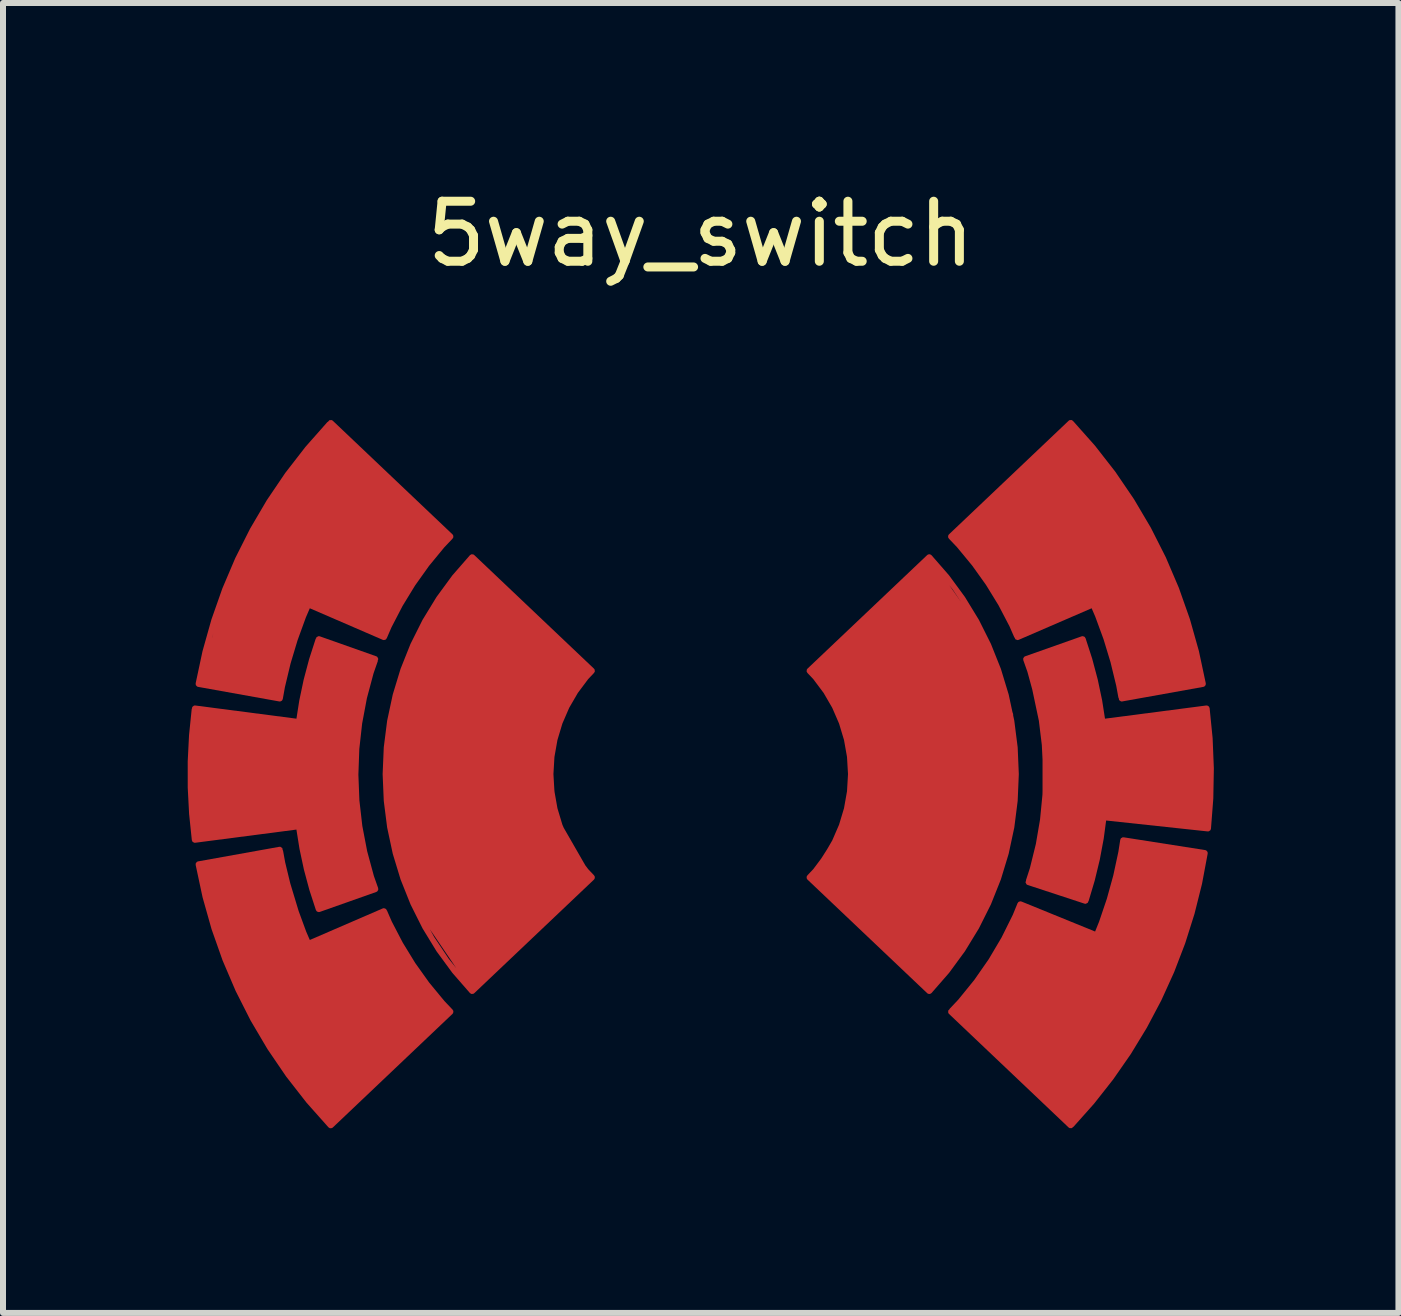
<source format=kicad_pcb>
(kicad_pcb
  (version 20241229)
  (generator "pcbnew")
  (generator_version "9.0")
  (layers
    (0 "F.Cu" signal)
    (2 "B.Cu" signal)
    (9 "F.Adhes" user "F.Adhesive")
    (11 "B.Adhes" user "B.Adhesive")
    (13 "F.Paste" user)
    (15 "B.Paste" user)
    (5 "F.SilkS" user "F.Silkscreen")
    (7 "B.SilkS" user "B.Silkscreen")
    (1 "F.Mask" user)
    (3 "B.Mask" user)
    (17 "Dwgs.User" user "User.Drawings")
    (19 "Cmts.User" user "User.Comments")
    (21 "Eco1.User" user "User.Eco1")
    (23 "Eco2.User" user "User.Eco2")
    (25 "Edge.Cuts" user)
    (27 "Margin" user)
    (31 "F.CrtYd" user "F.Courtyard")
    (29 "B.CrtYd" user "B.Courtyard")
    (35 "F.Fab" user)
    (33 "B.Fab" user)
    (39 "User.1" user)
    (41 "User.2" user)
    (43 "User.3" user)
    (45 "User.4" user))
  (footprint "5way_switch"
    (layer "F.Cu")
    (at 8.625 9.848)
    (property "Reference" "5way_switch" (at 0 -9 0) (unlocked yes) (layer "F.SilkS") (effects (font (size 1 1) (thickness 0.15))))
    (attr smd)
    (fp_line (start -8.429 1.094) (end -6.694 0.868) (stroke (width 0.25) (type solid)) (layer "F.Mask"))
    (fp_line (start -8.366 -1.503) (end -7.013 -1.26) (stroke (width 0.25) (type solid)) (layer "F.Mask"))
    (fp_line (start -7.013 1.26) (end -8.366 1.503) (stroke (width 0.25) (type solid)) (layer "F.Mask"))
    (fp_line (start -6.694 -0.868) (end -8.429 -1.094) (stroke (width 0.25) (type solid)) (layer "F.Mask"))
    (fp_line (start -6.539 -2.829) (end -5.277 -2.283) (stroke (width 0.25) (type solid)) (layer "F.Mask"))
    (fp_line (start -6.364 2.249) (end -5.422 1.916) (stroke (width 0.25) (type solid)) (layer "F.Mask"))
    (fp_line (start -6.165 5.852) (end -4.17 3.958) (stroke (width 0.25) (type solid)) (layer "F.Mask"))
    (fp_line (start -5.422 -1.916) (end -6.364 -2.249) (stroke (width 0.25) (type solid)) (layer "F.Mask"))
    (fp_line (start -5.277 2.283) (end -6.539 2.829) (stroke (width 0.25) (type solid)) (layer "F.Mask"))
    (fp_line (start -4.17 -3.958) (end -6.165 -5.852) (stroke (width 0.25) (type solid)) (layer "F.Mask"))
    (fp_line (start -3.808 3.614) (end -1.813 1.721) (stroke (width 0.25) (type solid)) (layer "F.Mask"))
    (fp_line (start -1.813 -1.721) (end -3.808 -3.614) (stroke (width 0.25) (type solid)) (layer "F.Mask"))
    (fp_line (start 1.813 1.721) (end 3.808 3.614) (stroke (width 0.25) (type solid)) (layer "F.Mask"))
    (fp_line (start 3.808 -3.614) (end 1.813 -1.721) (stroke (width 0.25) (type solid)) (layer "F.Mask"))
    (fp_line (start 4.17 3.958) (end 6.165 5.852) (stroke (width 0.25) (type solid)) (layer "F.Mask"))
    (fp_line (start 5.277 -2.283) (end 6.539 -2.829) (stroke (width 0.25) (type solid)) (layer "F.Mask"))
    (fp_line (start 5.461 1.799) (end 6.411 2.111) (stroke (width 0.25) (type solid)) (layer "F.Mask"))
    (fp_line (start 6.165 -5.852) (end 4.17 -3.958) (stroke (width 0.25) (type solid)) (layer "F.Mask"))
    (fp_line (start 6.364 -2.249) (end 5.422 -1.916) (stroke (width 0.25) (type solid)) (layer "F.Mask"))
    (fp_line (start 6.599 2.688) (end 5.325 2.169) (stroke (width 0.25) (type solid)) (layer "F.Mask"))
    (fp_line (start 6.712 0.718) (end 8.452 0.905) (stroke (width 0.25) (type solid)) (layer "F.Mask"))
    (fp_line (start 7.013 -1.26) (end 8.366 -1.503) (stroke (width 0.25) (type solid)) (layer "F.Mask"))
    (fp_line (start 8.398 1.315) (end 7.039 1.102) (stroke (width 0.25) (type solid)) (layer "F.Mask"))
    (fp_line (start 8.429 -1.094) (end 6.694 -0.868) (stroke (width 0.25) (type solid)) (layer "F.Mask"))
    (fp_arc (start -8.429351 1.093636) (mid -8.5 0.000001) (end -8.429351 -1.093635) (stroke (width 0.25) (type solid)) (layer "F.Mask"))
    (fp_arc (start -8.366089 -1.502852) (mid -7.583968 -3.838417) (end -6.165048 -5.851683) (stroke (width 0.25) (type solid)) (layer "F.Mask"))
    (fp_arc (start -7.012751 -1.259743) (mid -6.821343 -2.057888) (end -6.539415 -2.828724) (stroke (width 0.25) (type solid)) (layer "F.Mask"))
    (fp_arc (start -6.693897 -0.868475) (mid -6.565521 -1.567302) (end -6.364398 -2.248763) (stroke (width 0.25) (type solid)) (layer "F.Mask"))
    (fp_arc (start -6.539415 2.828725) (mid -6.821343 2.057889) (end -7.012751 1.259744) (stroke (width 0.25) (type solid)) (layer "F.Mask"))
    (fp_arc (start -6.364398 2.248764) (mid -6.565521 1.567303) (end -6.693897 0.868475) (stroke (width 0.25) (type solid)) (layer "F.Mask"))
    (fp_arc (start -6.165048 5.851683) (mid -7.583968 3.838417) (end -8.366089 1.502852) (stroke (width 0.25) (type solid)) (layer "F.Mask"))
    (fp_arc (start -5.421525 1.915614) (mid -5.75 0.000001) (end -5.421525 -1.915613) (stroke (width 0.25) (type solid)) (layer "F.Mask"))
    (fp_arc (start -5.277422 -2.28283) (mid -4.797671 -3.169362) (end -4.170473 -3.958491) (stroke (width 0.25) (type solid)) (layer "F.Mask"))
    (fp_arc (start -4.170473 3.958491) (mid -4.797671 3.169363) (end -5.277422 2.282831) (stroke (width 0.25) (type solid)) (layer "F.Mask"))
    (fp_arc (start -3.807824 3.614275) (mid -5.25 0.000001) (end -3.807824 -3.614274) (stroke (width 0.25) (type solid)) (layer "F.Mask"))
    (fp_arc (start -1.813249 1.721083) (mid -2.5 0) (end -1.813249 -1.721083) (stroke (width 0.25) (type solid)) (layer "F.Mask"))
    (fp_arc (start 1.813249 -1.721083) (mid 2.5 0) (end 1.813249 1.721083) (stroke (width 0.25) (type solid)) (layer "F.Mask"))
    (fp_arc (start 3.807823 -3.614274) (mid 5.25 0) (end 3.807823 3.614275) (stroke (width 0.25) (type solid)) (layer "F.Mask"))
    (fp_arc (start 4.170473 -3.958491) (mid 4.79767 -3.169362) (end 5.277422 -2.28283) (stroke (width 0.25) (type solid)) (layer "F.Mask"))
    (fp_arc (start 5.325263 2.168886) (mid 4.831452 3.117623) (end 4.170473 3.958491) (stroke (width 0.25) (type solid)) (layer "F.Mask"))
    (fp_arc (start 5.421524 -1.915613) (mid 5.749668 -0.06179) (end 5.46144 1.798657) (stroke (width 0.25) (type solid)) (layer "F.Mask"))
    (fp_arc (start 6.165047 -5.851683) (mid 7.583967 -3.838416) (end 8.366088 -1.502852) (stroke (width 0.25) (type solid)) (layer "F.Mask"))
    (fp_arc (start 6.364398 -2.248763) (mid 6.565521 -1.567302) (end 6.693896 -0.868475) (stroke (width 0.25) (type solid)) (layer "F.Mask"))
    (fp_arc (start 6.539414 -2.828724) (mid 6.821343 -2.057888) (end 7.01275 -1.259743) (stroke (width 0.25) (type solid)) (layer "F.Mask"))
    (fp_arc (start 6.711667 0.71835) (mid 6.598331 1.422859) (end 6.411256 2.111467) (stroke (width 0.25) (type solid)) (layer "F.Mask"))
    (fp_arc (start 7.039203 1.102379) (mid 6.864856 1.907713) (end 6.598696 2.687533) (stroke (width 0.25) (type solid)) (layer "F.Mask"))
    (fp_arc (start 8.397646 1.315119) (mid 7.626474 3.75325) (end 6.165047 5.851683) (stroke (width 0.25) (type solid)) (layer "F.Mask"))
    (fp_arc (start 8.429351 -1.093635) (mid 8.499467 -0.095183) (end 8.451729 0.904589) (stroke (width 0.25) (type solid)) (layer "F.Mask"))
    (fp_poly (pts (xy -6.6 2.829) (xy -5.277 2.283) (xy -4.798 3.169) (xy -4.17 3.958) (xy -6.165 5.852) (xy -7 4.9) (xy -7.7 3.5) (xy -8.366 1.503) (xy -7.013 1.26)) (stroke (width 0.01) (type solid)) (fill yes) (layer "F.Mask"))
    (fp_poly (pts (xy -4.17 -3.958) (xy -4.798 -3.169) (xy -5.277 -2.283) (xy -6.539 -2.829) (xy -7.013 -1.26) (xy -8.366 -1.503) (xy -8 -2.8) (xy -7.3 -4.4) (xy -6.2 -5.8)) (stroke (width 0.01) (type solid)) (fill yes) (layer "F.Mask"))
    (fp_poly (pts (xy 8.398 1.315) (xy 8 2.9) (xy 7.4 4.1) (xy 6.9 5) (xy 6.165 5.852) (xy 4.17 3.958) (xy 4.9 3) (xy 5.325 2.169) (xy 6.599 2.688) (xy 7.039 1.102)) (stroke (width 0.01) (type solid)) (fill yes) (layer "F.Mask"))
    (fp_poly (pts (xy -5.422 -1.916) (xy -5.7 -0.3) (xy -5.6 1.1) (xy -5.422 1.916) (xy -6.364 2.249) (xy -6.694 0.868) (xy -8.429 1.094) (xy -8.5 0) (xy -8.429 -1.094) (xy -6.694 -0.868) (xy -6.364 -2.249)) (stroke (width 0.12) (type solid)) (fill yes) (layer "F.Mask"))
    (fp_poly (pts (xy 7.2 -4.5) (xy 7.8 -3.4) (xy 8.2 -2.2) (xy 8.366 -1.503) (xy 7.013 -1.26) (xy 6.8 -2.2) (xy 6.539 -2.829) (xy 5.3 -2.4) (xy 4.798 -3.3) (xy 4.17 -3.958) (xy 6.165 -5.852)) (stroke (width 0.01) (type solid)) (fill yes) (layer "F.Mask"))
    (fp_poly (pts (xy -1.813 -1.721) (xy -2.4 -0.9) (xy -2.5 0) (xy -2.4 0.8) (xy -1.813 1.721) (xy -3.808 3.614) (xy -4.3 3) (xy -4.8 2) (xy -5.2 0.6) (xy -5.2 -1) (xy -4.7 -2.4) (xy -3.808 -3.614)) (stroke (width 0.01) (type solid)) (fill yes) (layer "F.Mask"))
    (fp_poly (pts (xy 4.3 -3.1) (xy 4.8 -2.2) (xy 5.1 -1.2) (xy 5.25 0) (xy 5.2 0.8) (xy 4.7 2.3) (xy 3.808 3.614) (xy 1.9 1.7) (xy 2.3 1) (xy 2.5 0.3) (xy 2.5 -0.7) (xy 1.813 -1.721) (xy 3.808 -3.614)) (stroke (width 0.01) (type solid)) (fill yes) (layer "F.Mask"))
    (fp_poly (pts (xy 6.566 -1.5) (xy 6.694 -0.868) (xy 8.429 -1.094) (xy 8.499 -0.095) (xy 8.452 0.905) (xy 6.712 0.718) (xy 6.598 1.423) (xy 6.411 2.111) (xy 5.461 1.799) (xy 5.8 0.4) (xy 5.75 -0.7) (xy 5.422 -1.916) (xy 6.364 -2.249)) (stroke (width 0.01) (type solid)) (fill yes) (layer "F.Mask"))
    (pad "1" smd custom (at -6 -3.8) (size 1.524 1.524) (layers "F.Cu") (options (anchor circle)) (primitives (gr_poly (pts (xy -1.143 -0.381) (xy -1.127 -0.49) (xy -1.072 -0.602) (xy -0.984 -0.691) (xy -0.871 -0.746) (xy -0.762 -0.762) (xy 0.762 -0.762) (xy 0.871 -0.746) (xy 0.983 -0.691) (xy 1.072 -0.603) (xy 1.127 -0.49) (xy 1.143 -0.381) (xy 1.143 0.381) (xy 1.127 0.49) (xy 1.072 0.602) (xy 0.984 0.691) (xy 0.871 0.746) (xy 0.762 0.762) (xy -0.762 0.762) (xy -0.871 0.746) (xy -0.983 0.691) (xy -1.072 0.603) (xy -1.127 0.49) (xy -1.143 0.381)) (width 0) (fill yes)) (gr_poly (pts (xy 1.83 -0.158) (xy 1.202 0.631) (xy 0.723 1.517) (xy -0.557 0.966) (xy -1.03 2.535) (xy -2.366 2.297) (xy -1.84 0.53) (xy -1.06 -0.95) (xy -0.165 -2.052)) (width 0.01) (fill yes)) (gr_line (start 1.83 -0.158) (end -0.165 -2.052) (width 0.1)) (gr_line (start -0.539 0.971) (end 0.723 1.517) (width 0.1)) (gr_line (start -2.366 2.297) (end -1.013 2.54) (width 0.1)) (gr_arc (start -1.012751 2.540257) (mid -0.823109 1.748072) (end -0.54434 0.98269) (width 0.1)) (gr_arc (start -2.366089 2.297148) (mid -1.59044 -0.025059) (end -0.185439 -2.030116) (width 0.1)) (gr_arc (start 0.722578 1.51717) (mid 1.202378 0.63068) (end 1.829515 -0.158478) (width 0.1))))
    (pad "2" smd custom (at -6.9 0) (size 1.524 1.524) (layers "F.Cu") (options (anchor circle)) (primitives (gr_poly (pts (xy -1.143 -0.381) (xy -1.127 -0.49) (xy -1.072 -0.602) (xy -0.984 -0.691) (xy -0.871 -0.746) (xy -0.762 -0.762) (xy 0.762 -0.762) (xy 0.871 -0.746) (xy 0.983 -0.691) (xy 1.072 -0.603) (xy 1.127 -0.49) (xy 1.143 -0.381) (xy 1.143 0.381) (xy 1.127 0.49) (xy 1.072 0.602) (xy 0.984 0.691) (xy 0.871 0.746) (xy 0.762 0.762) (xy -0.762 0.762) (xy -0.871 0.746) (xy -0.983 0.691) (xy -1.072 0.603) (xy -1.127 0.49) (xy -1.143 0.381)) (width 0) (fill yes)) (gr_arc (start 1.478475 1.915614) (mid 1.150182 0.01004) (end 1.471822 -1.896668) (width 0.1)) (gr_line (start 0.536 2.249) (end 1.478 1.916) (width 0.1)) (gr_line (start 1.478 -1.916) (end 0.536 -2.249) (width 0.1)) (gr_arc (start 0.535602 2.248764) (mid 0.337119 1.578745) (end 0.209159 0.891761) (width 0.1)) (gr_line (start -1.529 1.094) (end 0.206 0.868) (width 0.1)) (gr_arc (start -1.529351 1.093636) (mid -1.60007 0.00741) (end -1.531247 -1.078937) (width 0.1)) (gr_line (start 0.206 -0.868) (end -1.529 -1.094) (width 0.1)) (gr_arc (start 0.206103 -0.868475) (mid 0.33302 -1.561608) (end 0.531693 -2.237677) (width 0.1)) (gr_poly (pts (xy 1.478 -1.916) (xy 1.2 -0.8) (xy 1.15 0.3) (xy 1.3 1.2) (xy 1.478 1.916) (xy 0.536 2.249) (xy 0.206 0.868) (xy -1.529 1.094) (xy -1.6 0.000001) (xy -1.529 -1.094) (xy 0.206 -0.868) (xy 0.536 -2.249)) (width 0.01) (fill yes))))
    (pad "3" smd custom (at -6.1 3.8) (size 1.524 1.524) (layers "F.Cu") (options (anchor circle)) (primitives (gr_poly (pts (xy -1.143 -0.381) (xy -1.127 -0.49) (xy -1.072 -0.602) (xy -0.984 -0.691) (xy -0.871 -0.746) (xy -0.762 -0.762) (xy 0.762 -0.762) (xy 0.871 -0.746) (xy 0.983 -0.691) (xy 1.072 -0.603) (xy 1.127 -0.49) (xy 1.143 -0.381) (xy 1.143 0.381) (xy 1.127 0.49) (xy 1.072 0.602) (xy 0.984 0.691) (xy 0.871 0.746) (xy 0.762 0.762) (xy -0.762 0.762) (xy -0.871 0.746) (xy -0.983 0.691) (xy -1.072 0.603) (xy -1.127 0.49) (xy -1.143 0.381)) (width 0) (fill yes)) (gr_poly (pts (xy -0.439 -0.971) (xy 0.823 -1.517) (xy 1.302 -0.631) (xy 1.93 0.158) (xy -0.065 2.052) (xy -1.1 0.7) (xy -1.8 -0.7) (xy -2.266 -2.297) (xy -0.913 -2.54)) (width 0.01) (fill yes)) (gr_line (start 0.823 -1.517) (end -0.439 -0.971) (width 0.1)) (gr_line (start -0.065 2.052) (end 1.93 0.158) (width 0.1)) (gr_line (start -0.913 -2.54) (end -2.266 -2.297) (width 0.1)) (gr_arc (start -0.439415 -0.971275) (mid -0.717716 -1.730223) (end -0.908312 -2.515796) (width 0.1)) (gr_arc (start -0.065048 2.051683) (mid -1.483748 0.038312) (end -2.266087 -2.297136) (width 0.1)) (gr_arc (start 1.929527 0.158491) (mid 1.305154 -0.626484) (end 0.826575 -1.507954) (width 0.1))))
    (pad "4" smd custom (at -3.8 0) (size 1.524 1.524) (layers "F.Cu") (options (anchor circle)) (primitives (gr_poly (pts (xy -1.143 -0.381) (xy -1.127 -0.49) (xy -1.072 -0.602) (xy -0.984 -0.691) (xy -0.871 -0.746) (xy -0.762 -0.762) (xy 0.762 -0.762) (xy 0.871 -0.746) (xy 0.983 -0.691) (xy 1.072 -0.603) (xy 1.127 -0.49) (xy 1.143 -0.381) (xy 1.143 0.381) (xy 1.127 0.49) (xy 1.072 0.602) (xy 0.984 0.691) (xy 0.871 0.746) (xy 0.762 0.762) (xy -0.762 0.762) (xy -0.871 0.746) (xy -0.983 0.691) (xy -1.072 0.603) (xy -1.127 0.49) (xy -1.143 0.381)) (width 0) (fill yes)) (gr_poly (pts (xy 1.987 -1.721) (xy 1.5 -1.1) (xy 1.3 -0.3) (xy 1.4 0.7) (xy 1.987 1.721) (xy -0.008 3.614) (xy -0.9 2.3) (xy -1.3 1.3) (xy -1.45 0.000001) (xy -1.3 -1.4) (xy -0.8 -2.6) (xy -0.008 -3.614)) (width 0.01) (fill yes)) (gr_line (start 1.987 -1.721) (end -0.008 -3.614) (width 0.1)) (gr_line (start -0.008 3.614) (end 1.987 1.721) (width 0.1)) (gr_arc (start -0.007824 3.614275) (mid -1.449774 0.000003) (end -0.007827 -3.61427) (width 0.1)) (gr_arc (start 1.986751 1.721083) (mid 1.300108 0.000001) (end 1.986749 -1.721081) (width 0.1))))
    (pad "5" smd custom (at 5.9 3.9) (size 1.524 1.524) (layers "F.Cu") (options (anchor circle)) (primitives (gr_poly (pts (xy -1.143 -0.381) (xy -1.127 -0.49) (xy -1.072 -0.602) (xy -0.984 -0.691) (xy -0.871 -0.746) (xy -0.762 -0.762) (xy 0.762 -0.762) (xy 0.871 -0.746) (xy 0.983 -0.691) (xy 1.072 -0.603) (xy 1.127 -0.49) (xy 1.143 -0.381) (xy 1.143 0.381) (xy 1.127 0.49) (xy 1.072 0.602) (xy 0.984 0.691) (xy 0.871 0.746) (xy 0.762 0.762) (xy -0.762 0.762) (xy -0.871 0.746) (xy -0.983 0.691) (xy -1.072 0.603) (xy -1.127 0.49) (xy -1.143 0.381)) (width 0) (fill yes)) (gr_poly (pts (xy 2.498 -2.585) (xy 2.2 -1.2) (xy 1.6 0.1) (xy 0.9 1.2) (xy 0.265 1.952) (xy -1.73 0.058) (xy -1.069 -0.782) (xy -0.575 -1.731) (xy 0.699 -1.212) (xy 0.965 -1.992) (xy 1.139 -2.798)) (width 0.01) (fill yes)) (gr_line (start 0.699 -1.212) (end -0.575 -1.731) (width 0.1)) (gr_line (start 2.498 -2.585) (end 1.139 -2.798) (width 0.1)) (gr_line (start -1.73 0.058) (end 0.265 1.952) (width 0.1)) (gr_arc (start 2.497646 -2.584881) (mid 1.729688 -0.153434) (end 0.275248 1.940915) (width 0.1)) (gr_arc (start 1.139203 -2.797621) (mid 0.968302 -2.004187) (end 0.70801 -1.235427) (width 0.1)) (gr_arc (start -0.574737 -1.731114) (mid -1.063286 -0.790947) (end -1.715715 0.043877) (width 0.1))))
    (pad "6" smd custom (at 7.3 -0.1) (size 1.524 1.524) (layers "F.Cu") (options (anchor circle)) (primitives (gr_poly (pts (xy -1.143 -0.381) (xy -1.127 -0.49) (xy -1.072 -0.602) (xy -0.984 -0.691) (xy -0.871 -0.746) (xy -0.762 -0.762) (xy 0.762 -0.762) (xy 0.871 -0.746) (xy 0.983 -0.691) (xy 1.072 -0.603) (xy 1.127 -0.49) (xy 1.143 -0.381) (xy 1.143 0.381) (xy 1.127 0.49) (xy 1.072 0.602) (xy 0.984 0.691) (xy 0.871 0.746) (xy 0.762 0.762) (xy -0.762 0.762) (xy -0.871 0.746) (xy -0.983 0.691) (xy -1.072 0.603) (xy -1.127 0.49) (xy -1.143 0.381)) (width 0) (fill yes)) (gr_line (start 1.129 -0.994) (end -0.606 -0.768) (width 0.1)) (gr_arc (start -0.935602 -2.148763) (mid -0.734383 -1.467328) (end -0.606105 -0.768481) (width 0.1)) (gr_line (start -0.936 -2.149) (end -1.878 -1.816) (width 0.1)) (gr_arc (start -1.878476 -1.815613) (mid -1.550356 0.028179) (end -1.832316 1.879592) (width 0.1)) (gr_line (start -1.839 1.899) (end -0.889 2.211) (width 0.1)) (gr_arc (start 1.129351 -0.993635) (mid 1.199461 0.004811) (end 1.15173 1.004576) (width 0.1)) (gr_line (start -0.588 0.818) (end 1.152 1.005) (width 0.1)) (gr_arc (start -0.588333 0.81835) (mid -0.700488 1.517079) (end -0.885065 2.200258) (width 0.1)) (gr_poly (pts (xy -0.606 -0.768) (xy 1.129 -0.994) (xy 1.2 -0.1) (xy 1.152 1.005) (xy -0.588 0.818) (xy -0.889 2.211) (xy -1.839 1.899) (xy -1.6 0.9) (xy -1.6 -0.5) (xy -1.878 -1.816) (xy -0.936 -2.149)) (width 0.01) (fill yes))))
    (pad "7" smd custom (at 6 -3.9) (size 1.524 1.524) (layers "F.Cu") (options (anchor circle)) (primitives (gr_poly (pts (xy -1.143 -0.381) (xy -1.127 -0.49) (xy -1.072 -0.602) (xy -0.984 -0.691) (xy -0.871 -0.746) (xy -0.762 -0.762) (xy 0.762 -0.762) (xy 0.871 -0.746) (xy 0.983 -0.691) (xy 1.072 -0.603) (xy 1.127 -0.49) (xy 1.143 -0.381) (xy 1.143 0.381) (xy 1.127 0.49) (xy 1.072 0.602) (xy 0.984 0.691) (xy 0.871 0.746) (xy 0.762 0.762) (xy -0.762 0.762) (xy -0.871 0.746) (xy -0.983 0.691) (xy -1.072 0.603) (xy -1.127 0.49) (xy -1.143 0.381)) (width 0) (fill yes)) (gr_poly (pts (xy 0.7 -1.3) (xy 1.2 -0.6) (xy 1.7 0.2) (xy 2.1 1.2) (xy 2.366 2.397) (xy 1.013 2.64) (xy 0.821 1.842) (xy 0.539 1.071) (xy -0.723 1.617) (xy -1.202 0.731) (xy -1.83 -0.058) (xy 0.165 -1.952)) (width 0.01) (fill yes)) (gr_line (start 0.165 -1.952) (end -1.83 -0.058) (width 0.1)) (gr_line (start -0.723 1.617) (end 0.539 1.071) (width 0.1)) (gr_line (start 1.013 2.64) (end 2.366 2.397) (width 0.1)) (gr_arc (start -1.829527 -0.058491) (mid -1.20792 0.722311) (end -0.730576 1.598775) (width 0.1)) (gr_arc (start 0.165047 -1.951683) (mid 1.583747 0.061688) (end 2.366086 2.397136) (width 0.1)) (gr_arc (start 0.539414 1.071276) (mid 0.817715 1.830224) (end 1.008311 2.615797) (width 0.1))))
    (pad "8" smd custom (at 3.7 0.1) (size 1.524 1.524) (layers "F.Cu") (options (anchor circle)) (primitives (gr_poly (pts (xy -1.143 -0.381) (xy -1.127 -0.49) (xy -1.072 -0.602) (xy -0.984 -0.691) (xy -0.871 -0.746) (xy -0.762 -0.762) (xy 0.762 -0.762) (xy 0.871 -0.746) (xy 0.983 -0.691) (xy 1.072 -0.603) (xy 1.127 -0.49) (xy 1.143 -0.381) (xy 1.143 0.381) (xy 1.127 0.49) (xy 1.072 0.602) (xy 0.984 0.691) (xy 0.871 0.746) (xy 0.762 0.762) (xy -0.762 0.762) (xy -0.871 0.746) (xy -0.983 0.691) (xy -1.072 0.603) (xy -1.127 0.49) (xy -1.143 0.381)) (width 0) (fill yes)) (gr_poly (pts (xy 1.1 -2.3) (xy 1.5 -1.1) (xy 1.55 0.1) (xy 1.3 1.5) (xy 0.8 2.6) (xy 0.108 3.514) (xy -1.887 1.621) (xy -1.3 0.7) (xy -1.2 -0.3) (xy -1.4 -1.2) (xy -1.887 -1.821) (xy 0.108 -3.714)) (width 0.01) (fill yes)) (gr_line (start 0.108 -3.714) (end -1.887 -1.821) (width 0.1)) (gr_line (start -1.887 1.621) (end 0.108 3.514) (width 0.1)) (gr_arc (start -1.886751 -1.821083) (mid -1.200108 -0.100001) (end -1.886749 1.621081) (width 0.1)) (gr_arc (start 0.107823 -3.714274) (mid 1.549773 -0.100002) (end 0.107826 3.514271) (width 0.1)))))
  (gr_rect
    (start -3 -3)
    (end 20.25 18.825)
    (stroke (width 0.1) (type default))
    (fill no)
    (layer "Edge.Cuts")))
</source>
